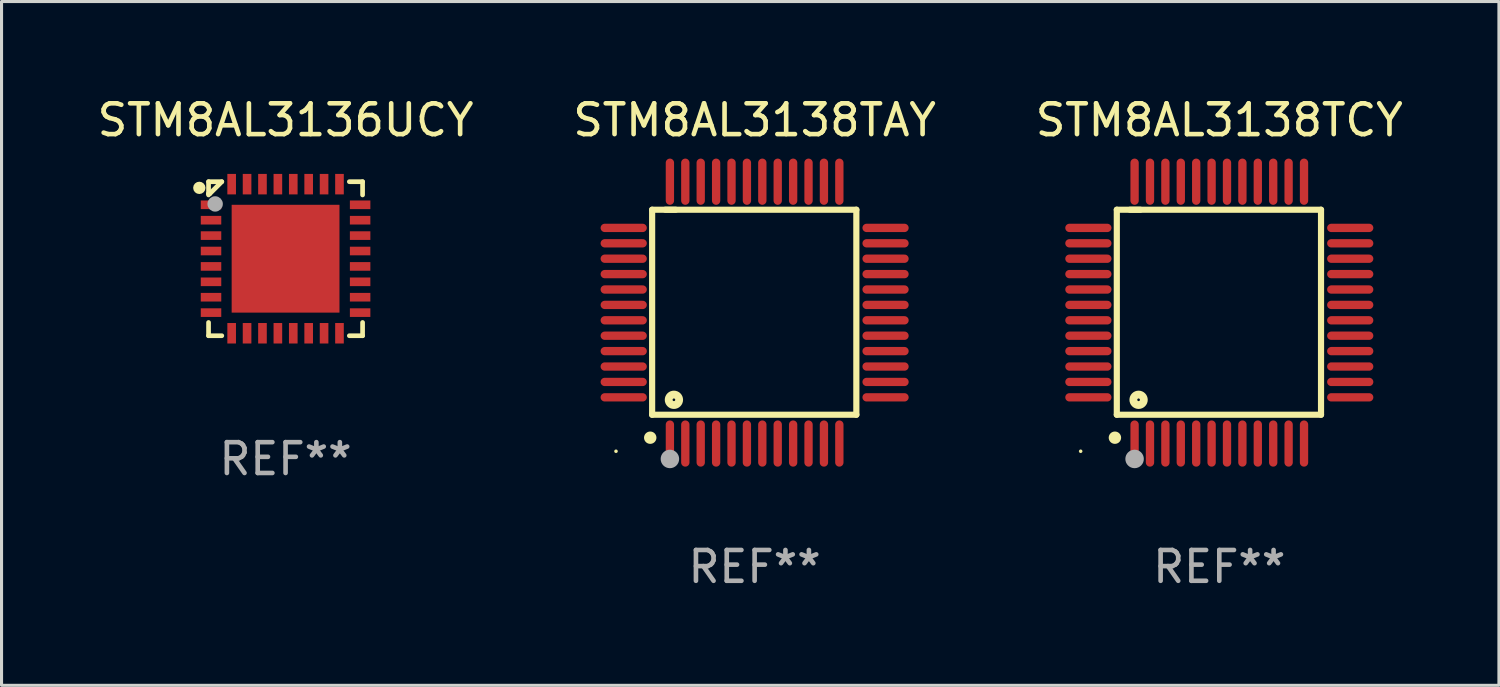
<source format=kicad_pcb>
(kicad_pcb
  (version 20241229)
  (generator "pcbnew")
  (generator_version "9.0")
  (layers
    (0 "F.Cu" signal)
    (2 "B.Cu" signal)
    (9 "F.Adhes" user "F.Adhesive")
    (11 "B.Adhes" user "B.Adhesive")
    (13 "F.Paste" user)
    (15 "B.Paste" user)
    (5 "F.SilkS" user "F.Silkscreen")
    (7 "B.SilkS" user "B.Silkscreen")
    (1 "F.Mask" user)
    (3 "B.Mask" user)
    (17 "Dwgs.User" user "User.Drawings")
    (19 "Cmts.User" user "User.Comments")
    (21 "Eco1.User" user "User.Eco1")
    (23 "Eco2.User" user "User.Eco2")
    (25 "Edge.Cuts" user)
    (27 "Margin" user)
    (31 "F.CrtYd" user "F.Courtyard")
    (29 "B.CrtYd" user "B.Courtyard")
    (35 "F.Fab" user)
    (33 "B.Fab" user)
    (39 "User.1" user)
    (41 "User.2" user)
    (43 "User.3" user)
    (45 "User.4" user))
  (footprint "STM8AL3136UCY"
    (layer "F.Cu")
    (at 6.22 5.348)
    (property "Reference" "STM8AL3136UCY" (at 0 -4.5 0) (layer "F.SilkS") (effects (font (size 1 1) (thickness 0.15))))
    (attr through_hole)
    (fp_line (start -2.5 -2.5) (end -2.07 -2.5) (stroke (width 0.152) (type solid)) (layer "F.SilkS"))
    (fp_line (start -2.5 -2.11) (end -2.5 -2.5) (stroke (width 0.152) (type solid)) (layer "F.SilkS"))
    (fp_line (start -2.5 -2.11) (end -2.5 -2.07) (stroke (width 0.152) (type solid)) (layer "F.SilkS"))
    (fp_line (start -2.5 -2.11) (end -2.46 -2.11) (stroke (width 0.152) (type solid)) (layer "F.SilkS"))
    (fp_line (start -2.5 2.5) (end -2.5 2.07) (stroke (width 0.152) (type solid)) (layer "F.SilkS"))
    (fp_line (start -2.46 -2.11) (end -2.07 -2.5) (stroke (width 0.152) (type solid)) (layer "F.SilkS"))
    (fp_line (start -2.07 2.5) (end -2.5 2.5) (stroke (width 0.152) (type solid)) (layer "F.SilkS"))
    (fp_line (start 2.07 -2.5) (end 2.5 -2.5) (stroke (width 0.152) (type solid)) (layer "F.SilkS"))
    (fp_line (start 2.5 -2.5) (end 2.5 -2.07) (stroke (width 0.152) (type solid)) (layer "F.SilkS"))
    (fp_line (start 2.5 2.07) (end 2.5 2.5) (stroke (width 0.152) (type solid)) (layer "F.SilkS"))
    (fp_line (start 2.5 2.5) (end 2.07 2.5) (stroke (width 0.152) (type solid)) (layer "F.SilkS"))
    (fp_circle (center -2.8 -2.3) (end -2.7 -2.3) (stroke (width 0.2) (type solid)) (fill no) (layer "F.SilkS"))
    (fp_circle (center -2.5 -2.5) (end -2.47 -2.5) (stroke (width 0.06) (type solid)) (fill no) (layer "F.SilkS"))
    (fp_circle (center -2.286 -1.778) (end -2.161 -1.778) (stroke (width 0.25) (type solid)) (fill no) (layer "F.Fab"))
    (fp_text user "REF**" (at 0 6.5 0) (layer "F.Fab") (effects (font (size 1 1) (thickness 0.15))))
    (pad "1" smd rect (at -2.42 -1.75 270) (size 0.28 0.665) (layers "F.Cu" "F.Mask" "F.Paste"))
    (pad "2" smd rect (at -2.42 -1.25 270) (size 0.28 0.665) (layers "F.Cu" "F.Mask" "F.Paste"))
    (pad "3" smd rect (at -2.42 -0.75 270) (size 0.28 0.665) (layers "F.Cu" "F.Mask" "F.Paste"))
    (pad "4" smd rect (at -2.42 -0.25 270) (size 0.28 0.665) (layers "F.Cu" "F.Mask" "F.Paste"))
    (pad "5" smd rect (at -2.42 0.25 270) (size 0.28 0.665) (layers "F.Cu" "F.Mask" "F.Paste"))
    (pad "6" smd rect (at -2.42 0.75 270) (size 0.28 0.665) (layers "F.Cu" "F.Mask" "F.Paste"))
    (pad "7" smd rect (at -2.42 1.25 270) (size 0.28 0.665) (layers "F.Cu" "F.Mask" "F.Paste"))
    (pad "8" smd rect (at -2.42 1.75 270) (size 0.28 0.665) (layers "F.Cu" "F.Mask" "F.Paste"))
    (pad "9" smd rect (at -1.75 2.42 270) (size 0.665 0.28) (layers "F.Cu" "F.Mask" "F.Paste"))
    (pad "10" smd rect (at -1.25 2.42 270) (size 0.665 0.28) (layers "F.Cu" "F.Mask" "F.Paste"))
    (pad "11" smd rect (at -0.75 2.42 270) (size 0.665 0.28) (layers "F.Cu" "F.Mask" "F.Paste"))
    (pad "12" smd rect (at -0.25 2.42 270) (size 0.665 0.28) (layers "F.Cu" "F.Mask" "F.Paste"))
    (pad "13" smd rect (at 0.25 2.42 270) (size 0.665 0.28) (layers "F.Cu" "F.Mask" "F.Paste"))
    (pad "14" smd rect (at 0.75 2.42 270) (size 0.665 0.28) (layers "F.Cu" "F.Mask" "F.Paste"))
    (pad "15" smd rect (at 1.25 2.42 270) (size 0.665 0.28) (layers "F.Cu" "F.Mask" "F.Paste"))
    (pad "16" smd rect (at 1.75 2.42 270) (size 0.665 0.28) (layers "F.Cu" "F.Mask" "F.Paste"))
    (pad "17" smd rect (at 2.42 1.75 270) (size 0.28 0.665) (layers "F.Cu" "F.Mask" "F.Paste"))
    (pad "18" smd rect (at 2.42 1.25 270) (size 0.28 0.665) (layers "F.Cu" "F.Mask" "F.Paste"))
    (pad "19" smd rect (at 2.42 0.75 270) (size 0.28 0.665) (layers "F.Cu" "F.Mask" "F.Paste"))
    (pad "20" smd rect (at 2.42 0.25 270) (size 0.28 0.665) (layers "F.Cu" "F.Mask" "F.Paste"))
    (pad "21" smd rect (at 2.42 -0.25 270) (size 0.28 0.665) (layers "F.Cu" "F.Mask" "F.Paste"))
    (pad "22" smd rect (at 2.42 -0.75 270) (size 0.28 0.665) (layers "F.Cu" "F.Mask" "F.Paste"))
    (pad "23" smd rect (at 2.42 -1.25 270) (size 0.28 0.665) (layers "F.Cu" "F.Mask" "F.Paste"))
    (pad "24" smd rect (at 2.42 -1.75 270) (size 0.28 0.665) (layers "F.Cu" "F.Mask" "F.Paste"))
    (pad "25" smd rect (at 1.75 -2.42 270) (size 0.665 0.28) (layers "F.Cu" "F.Mask" "F.Paste"))
    (pad "26" smd rect (at 1.25 -2.42 270) (size 0.665 0.28) (layers "F.Cu" "F.Mask" "F.Paste"))
    (pad "27" smd rect (at 0.75 -2.42 270) (size 0.665 0.28) (layers "F.Cu" "F.Mask" "F.Paste"))
    (pad "28" smd rect (at 0.25 -2.42 270) (size 0.665 0.28) (layers "F.Cu" "F.Mask" "F.Paste"))
    (pad "29" smd rect (at -0.25 -2.42 270) (size 0.665 0.28) (layers "F.Cu" "F.Mask" "F.Paste"))
    (pad "30" smd rect (at -0.75 -2.42 270) (size 0.665 0.28) (layers "F.Cu" "F.Mask" "F.Paste"))
    (pad "31" smd rect (at -1.25 -2.42 270) (size 0.665 0.28) (layers "F.Cu" "F.Mask" "F.Paste"))
    (pad "32" smd rect (at -1.75 -2.42 270) (size 0.665 0.28) (layers "F.Cu" "F.Mask" "F.Paste"))
    (pad "33" smd rect (at 0 0 270) (size 3.5 3.5) (layers "F.Cu" "F.Mask" "F.Paste")))
  (footprint "STM8AL3138TCY"
    (layer "F.Cu")
    (at 36.53 7.098)
    (property "Reference" "STM8AL3138TCY" (at 0 -6.25 0) (layer "F.SilkS") (effects (font (size 1 1) (thickness 0.15))))
    (attr through_hole)
    (fp_line (start -3.327 -3.34) (end -2.565 -3.34) (stroke (width 0.2) (type solid)) (layer "F.SilkS"))
    (fp_line (start -3.327 3.315) (end -3.327 -3.34) (stroke (width 0.2) (type solid)) (layer "F.SilkS"))
    (fp_line (start -2.896 -3.34) (end 3.302 -3.34) (stroke (width 0.2) (type solid)) (layer "F.SilkS"))
    (fp_line (start 3.302 -3.34) (end 3.302 3.315) (stroke (width 0.2) (type solid)) (layer "F.SilkS"))
    (fp_line (start 3.302 3.315) (end -3.327 3.315) (stroke (width 0.2) (type solid)) (layer "F.SilkS"))
    (fp_arc (start -3.389992 4.059995) (mid -3.388722 4.059991) (end -3.387452 4.059995) (stroke (width 0.4) (type solid)) (layer "F.SilkS"))
    (fp_circle (center -4.5 4.5) (end -4.47 4.5) (stroke (width 0.06) (type solid)) (fill no) (layer "F.SilkS"))
    (fp_circle (center -2.62 2.83) (end -2.45 2.83) (stroke (width 0.254) (type solid)) (fill no) (layer "F.SilkS"))
    (fp_circle (center -2.75 4.75) (end -2.6 4.75) (stroke (width 0.3) (type solid)) (fill no) (layer "F.Fab"))
    (fp_text user "REF**" (at 0 8.25 0) (layer "F.Fab") (effects (font (size 1 1) (thickness 0.15))))
    (pad "1" smd oval (at -2.75 4.25) (size 0.27 1.5) (layers "F.Cu" "F.Mask" "F.Paste"))
    (pad "2" smd oval (at -2.25 4.25) (size 0.27 1.5) (layers "F.Cu" "F.Mask" "F.Paste"))
    (pad "3" smd oval (at -1.75 4.25) (size 0.27 1.5) (layers "F.Cu" "F.Mask" "F.Paste"))
    (pad "4" smd oval (at -1.25 4.25) (size 0.27 1.5) (layers "F.Cu" "F.Mask" "F.Paste"))
    (pad "5" smd oval (at -0.75 4.25) (size 0.27 1.5) (layers "F.Cu" "F.Mask" "F.Paste"))
    (pad "6" smd oval (at -0.25 4.25) (size 0.27 1.5) (layers "F.Cu" "F.Mask" "F.Paste"))
    (pad "7" smd oval (at 0.25 4.25) (size 0.27 1.5) (layers "F.Cu" "F.Mask" "F.Paste"))
    (pad "8" smd oval (at 0.75 4.25) (size 0.27 1.5) (layers "F.Cu" "F.Mask" "F.Paste"))
    (pad "9" smd oval (at 1.25 4.25) (size 0.27 1.5) (layers "F.Cu" "F.Mask" "F.Paste"))
    (pad "10" smd oval (at 1.75 4.25) (size 0.27 1.5) (layers "F.Cu" "F.Mask" "F.Paste"))
    (pad "11" smd oval (at 2.25 4.25) (size 0.27 1.5) (layers "F.Cu" "F.Mask" "F.Paste"))
    (pad "12" smd oval (at 2.75 4.25) (size 0.27 1.5) (layers "F.Cu" "F.Mask" "F.Paste"))
    (pad "13" smd oval (at 4.25 2.75) (size 1.5 0.27) (layers "F.Cu" "F.Mask" "F.Paste"))
    (pad "14" smd oval (at 4.25 2.25) (size 1.5 0.27) (layers "F.Cu" "F.Mask" "F.Paste"))
    (pad "15" smd oval (at 4.25 1.75) (size 1.5 0.27) (layers "F.Cu" "F.Mask" "F.Paste"))
    (pad "16" smd oval (at 4.25 1.25) (size 1.5 0.27) (layers "F.Cu" "F.Mask" "F.Paste"))
    (pad "17" smd oval (at 4.25 0.75) (size 1.5 0.27) (layers "F.Cu" "F.Mask" "F.Paste"))
    (pad "18" smd oval (at 4.25 0.25) (size 1.5 0.27) (layers "F.Cu" "F.Mask" "F.Paste"))
    (pad "19" smd oval (at 4.25 -0.25) (size 1.5 0.27) (layers "F.Cu" "F.Mask" "F.Paste"))
    (pad "20" smd oval (at 4.25 -0.75) (size 1.5 0.27) (layers "F.Cu" "F.Mask" "F.Paste"))
    (pad "21" smd oval (at 4.25 -1.25) (size 1.5 0.27) (layers "F.Cu" "F.Mask" "F.Paste"))
    (pad "22" smd oval (at 4.25 -1.75) (size 1.5 0.27) (layers "F.Cu" "F.Mask" "F.Paste"))
    (pad "23" smd oval (at 4.25 -2.25) (size 1.5 0.27) (layers "F.Cu" "F.Mask" "F.Paste"))
    (pad "24" smd oval (at 4.25 -2.75) (size 1.5 0.27) (layers "F.Cu" "F.Mask" "F.Paste"))
    (pad "25" smd oval (at 2.75 -4.25) (size 0.27 1.5) (layers "F.Cu" "F.Mask" "F.Paste"))
    (pad "26" smd oval (at 2.25 -4.25) (size 0.27 1.5) (layers "F.Cu" "F.Mask" "F.Paste"))
    (pad "27" smd oval (at 1.75 -4.25) (size 0.27 1.5) (layers "F.Cu" "F.Mask" "F.Paste"))
    (pad "28" smd oval (at 1.25 -4.25) (size 0.27 1.5) (layers "F.Cu" "F.Mask" "F.Paste"))
    (pad "29" smd oval (at 0.75 -4.25) (size 0.27 1.5) (layers "F.Cu" "F.Mask" "F.Paste"))
    (pad "30" smd oval (at 0.25 -4.25) (size 0.27 1.5) (layers "F.Cu" "F.Mask" "F.Paste"))
    (pad "31" smd oval (at -0.25 -4.25) (size 0.27 1.5) (layers "F.Cu" "F.Mask" "F.Paste"))
    (pad "32" smd oval (at -0.75 -4.25) (size 0.27 1.5) (layers "F.Cu" "F.Mask" "F.Paste"))
    (pad "33" smd oval (at -1.25 -4.25) (size 0.27 1.5) (layers "F.Cu" "F.Mask" "F.Paste"))
    (pad "34" smd oval (at -1.75 -4.25) (size 0.27 1.5) (layers "F.Cu" "F.Mask" "F.Paste"))
    (pad "35" smd oval (at -2.25 -4.25) (size 0.27 1.5) (layers "F.Cu" "F.Mask" "F.Paste"))
    (pad "36" smd oval (at -2.75 -4.25) (size 0.27 1.5) (layers "F.Cu" "F.Mask" "F.Paste"))
    (pad "37" smd oval (at -4.25 -2.75) (size 1.5 0.27) (layers "F.Cu" "F.Mask" "F.Paste"))
    (pad "38" smd oval (at -4.25 -2.25) (size 1.5 0.27) (layers "F.Cu" "F.Mask" "F.Paste"))
    (pad "39" smd oval (at -4.25 -1.75) (size 1.5 0.27) (layers "F.Cu" "F.Mask" "F.Paste"))
    (pad "40" smd oval (at -4.25 -1.25) (size 1.5 0.27) (layers "F.Cu" "F.Mask" "F.Paste"))
    (pad "41" smd oval (at -4.25 -0.75) (size 1.5 0.27) (layers "F.Cu" "F.Mask" "F.Paste"))
    (pad "42" smd oval (at -4.25 -0.25) (size 1.5 0.27) (layers "F.Cu" "F.Mask" "F.Paste"))
    (pad "43" smd oval (at -4.25 0.25) (size 1.5 0.27) (layers "F.Cu" "F.Mask" "F.Paste"))
    (pad "44" smd oval (at -4.25 0.75) (size 1.5 0.27) (layers "F.Cu" "F.Mask" "F.Paste"))
    (pad "45" smd oval (at -4.25 1.25) (size 1.5 0.27) (layers "F.Cu" "F.Mask" "F.Paste"))
    (pad "46" smd oval (at -4.25 1.75) (size 1.5 0.27) (layers "F.Cu" "F.Mask" "F.Paste"))
    (pad "47" smd oval (at -4.25 2.25) (size 1.5 0.27) (layers "F.Cu" "F.Mask" "F.Paste"))
    (pad "48" smd oval (at -4.25 2.75) (size 1.5 0.27) (layers "F.Cu" "F.Mask" "F.Paste")))
  (footprint "STM8AL3138TAY"
    (layer "F.Cu")
    (at 21.446 7.098)
    (property "Reference" "STM8AL3138TAY" (at 0 -6.25 0) (layer "F.SilkS") (effects (font (size 1 1) (thickness 0.15))))
    (attr through_hole)
    (fp_line (start -3.327 -3.34) (end -2.565 -3.34) (stroke (width 0.2) (type solid)) (layer "F.SilkS"))
    (fp_line (start -3.327 3.315) (end -3.327 -3.34) (stroke (width 0.2) (type solid)) (layer "F.SilkS"))
    (fp_line (start -2.896 -3.34) (end 3.302 -3.34) (stroke (width 0.2) (type solid)) (layer "F.SilkS"))
    (fp_line (start 3.302 -3.34) (end 3.302 3.315) (stroke (width 0.2) (type solid)) (layer "F.SilkS"))
    (fp_line (start 3.302 3.315) (end -3.327 3.315) (stroke (width 0.2) (type solid)) (layer "F.SilkS"))
    (fp_arc (start -3.389992 4.059995) (mid -3.388722 4.059991) (end -3.387452 4.059995) (stroke (width 0.4) (type solid)) (layer "F.SilkS"))
    (fp_circle (center -4.5 4.5) (end -4.47 4.5) (stroke (width 0.06) (type solid)) (fill no) (layer "F.SilkS"))
    (fp_circle (center -2.62 2.83) (end -2.45 2.83) (stroke (width 0.254) (type solid)) (fill no) (layer "F.SilkS"))
    (fp_circle (center -2.75 4.75) (end -2.6 4.75) (stroke (width 0.3) (type solid)) (fill no) (layer "F.Fab"))
    (fp_text user "REF**" (at 0 8.25 0) (layer "F.Fab") (effects (font (size 1 1) (thickness 0.15))))
    (pad "1" smd oval (at -2.75 4.25) (size 0.27 1.5) (layers "F.Cu" "F.Mask" "F.Paste"))
    (pad "2" smd oval (at -2.25 4.25) (size 0.27 1.5) (layers "F.Cu" "F.Mask" "F.Paste"))
    (pad "3" smd oval (at -1.75 4.25) (size 0.27 1.5) (layers "F.Cu" "F.Mask" "F.Paste"))
    (pad "4" smd oval (at -1.25 4.25) (size 0.27 1.5) (layers "F.Cu" "F.Mask" "F.Paste"))
    (pad "5" smd oval (at -0.75 4.25) (size 0.27 1.5) (layers "F.Cu" "F.Mask" "F.Paste"))
    (pad "6" smd oval (at -0.25 4.25) (size 0.27 1.5) (layers "F.Cu" "F.Mask" "F.Paste"))
    (pad "7" smd oval (at 0.25 4.25) (size 0.27 1.5) (layers "F.Cu" "F.Mask" "F.Paste"))
    (pad "8" smd oval (at 0.75 4.25) (size 0.27 1.5) (layers "F.Cu" "F.Mask" "F.Paste"))
    (pad "9" smd oval (at 1.25 4.25) (size 0.27 1.5) (layers "F.Cu" "F.Mask" "F.Paste"))
    (pad "10" smd oval (at 1.75 4.25) (size 0.27 1.5) (layers "F.Cu" "F.Mask" "F.Paste"))
    (pad "11" smd oval (at 2.25 4.25) (size 0.27 1.5) (layers "F.Cu" "F.Mask" "F.Paste"))
    (pad "12" smd oval (at 2.75 4.25) (size 0.27 1.5) (layers "F.Cu" "F.Mask" "F.Paste"))
    (pad "13" smd oval (at 4.25 2.75) (size 1.5 0.27) (layers "F.Cu" "F.Mask" "F.Paste"))
    (pad "14" smd oval (at 4.25 2.25) (size 1.5 0.27) (layers "F.Cu" "F.Mask" "F.Paste"))
    (pad "15" smd oval (at 4.25 1.75) (size 1.5 0.27) (layers "F.Cu" "F.Mask" "F.Paste"))
    (pad "16" smd oval (at 4.25 1.25) (size 1.5 0.27) (layers "F.Cu" "F.Mask" "F.Paste"))
    (pad "17" smd oval (at 4.25 0.75) (size 1.5 0.27) (layers "F.Cu" "F.Mask" "F.Paste"))
    (pad "18" smd oval (at 4.25 0.25) (size 1.5 0.27) (layers "F.Cu" "F.Mask" "F.Paste"))
    (pad "19" smd oval (at 4.25 -0.25) (size 1.5 0.27) (layers "F.Cu" "F.Mask" "F.Paste"))
    (pad "20" smd oval (at 4.25 -0.75) (size 1.5 0.27) (layers "F.Cu" "F.Mask" "F.Paste"))
    (pad "21" smd oval (at 4.25 -1.25) (size 1.5 0.27) (layers "F.Cu" "F.Mask" "F.Paste"))
    (pad "22" smd oval (at 4.25 -1.75) (size 1.5 0.27) (layers "F.Cu" "F.Mask" "F.Paste"))
    (pad "23" smd oval (at 4.25 -2.25) (size 1.5 0.27) (layers "F.Cu" "F.Mask" "F.Paste"))
    (pad "24" smd oval (at 4.25 -2.75) (size 1.5 0.27) (layers "F.Cu" "F.Mask" "F.Paste"))
    (pad "25" smd oval (at 2.75 -4.25) (size 0.27 1.5) (layers "F.Cu" "F.Mask" "F.Paste"))
    (pad "26" smd oval (at 2.25 -4.25) (size 0.27 1.5) (layers "F.Cu" "F.Mask" "F.Paste"))
    (pad "27" smd oval (at 1.75 -4.25) (size 0.27 1.5) (layers "F.Cu" "F.Mask" "F.Paste"))
    (pad "28" smd oval (at 1.25 -4.25) (size 0.27 1.5) (layers "F.Cu" "F.Mask" "F.Paste"))
    (pad "29" smd oval (at 0.75 -4.25) (size 0.27 1.5) (layers "F.Cu" "F.Mask" "F.Paste"))
    (pad "30" smd oval (at 0.25 -4.25) (size 0.27 1.5) (layers "F.Cu" "F.Mask" "F.Paste"))
    (pad "31" smd oval (at -0.25 -4.25) (size 0.27 1.5) (layers "F.Cu" "F.Mask" "F.Paste"))
    (pad "32" smd oval (at -0.75 -4.25) (size 0.27 1.5) (layers "F.Cu" "F.Mask" "F.Paste"))
    (pad "33" smd oval (at -1.25 -4.25) (size 0.27 1.5) (layers "F.Cu" "F.Mask" "F.Paste"))
    (pad "34" smd oval (at -1.75 -4.25) (size 0.27 1.5) (layers "F.Cu" "F.Mask" "F.Paste"))
    (pad "35" smd oval (at -2.25 -4.25) (size 0.27 1.5) (layers "F.Cu" "F.Mask" "F.Paste"))
    (pad "36" smd oval (at -2.75 -4.25) (size 0.27 1.5) (layers "F.Cu" "F.Mask" "F.Paste"))
    (pad "37" smd oval (at -4.25 -2.75) (size 1.5 0.27) (layers "F.Cu" "F.Mask" "F.Paste"))
    (pad "38" smd oval (at -4.25 -2.25) (size 1.5 0.27) (layers "F.Cu" "F.Mask" "F.Paste"))
    (pad "39" smd oval (at -4.25 -1.75) (size 1.5 0.27) (layers "F.Cu" "F.Mask" "F.Paste"))
    (pad "40" smd oval (at -4.25 -1.25) (size 1.5 0.27) (layers "F.Cu" "F.Mask" "F.Paste"))
    (pad "41" smd oval (at -4.25 -0.75) (size 1.5 0.27) (layers "F.Cu" "F.Mask" "F.Paste"))
    (pad "42" smd oval (at -4.25 -0.25) (size 1.5 0.27) (layers "F.Cu" "F.Mask" "F.Paste"))
    (pad "43" smd oval (at -4.25 0.25) (size 1.5 0.27) (layers "F.Cu" "F.Mask" "F.Paste"))
    (pad "44" smd oval (at -4.25 0.75) (size 1.5 0.27) (layers "F.Cu" "F.Mask" "F.Paste"))
    (pad "45" smd oval (at -4.25 1.25) (size 1.5 0.27) (layers "F.Cu" "F.Mask" "F.Paste"))
    (pad "46" smd oval (at -4.25 1.75) (size 1.5 0.27) (layers "F.Cu" "F.Mask" "F.Paste"))
    (pad "47" smd oval (at -4.25 2.25) (size 1.5 0.27) (layers "F.Cu" "F.Mask" "F.Paste"))
    (pad "48" smd oval (at -4.25 2.75) (size 1.5 0.27) (layers "F.Cu" "F.Mask" "F.Paste")))
  (gr_rect
    (start -3 -3)
    (end 45.607 19.196)
    (stroke (width 0.1) (type default))
    (fill no)
    (layer "Edge.Cuts")))
</source>
